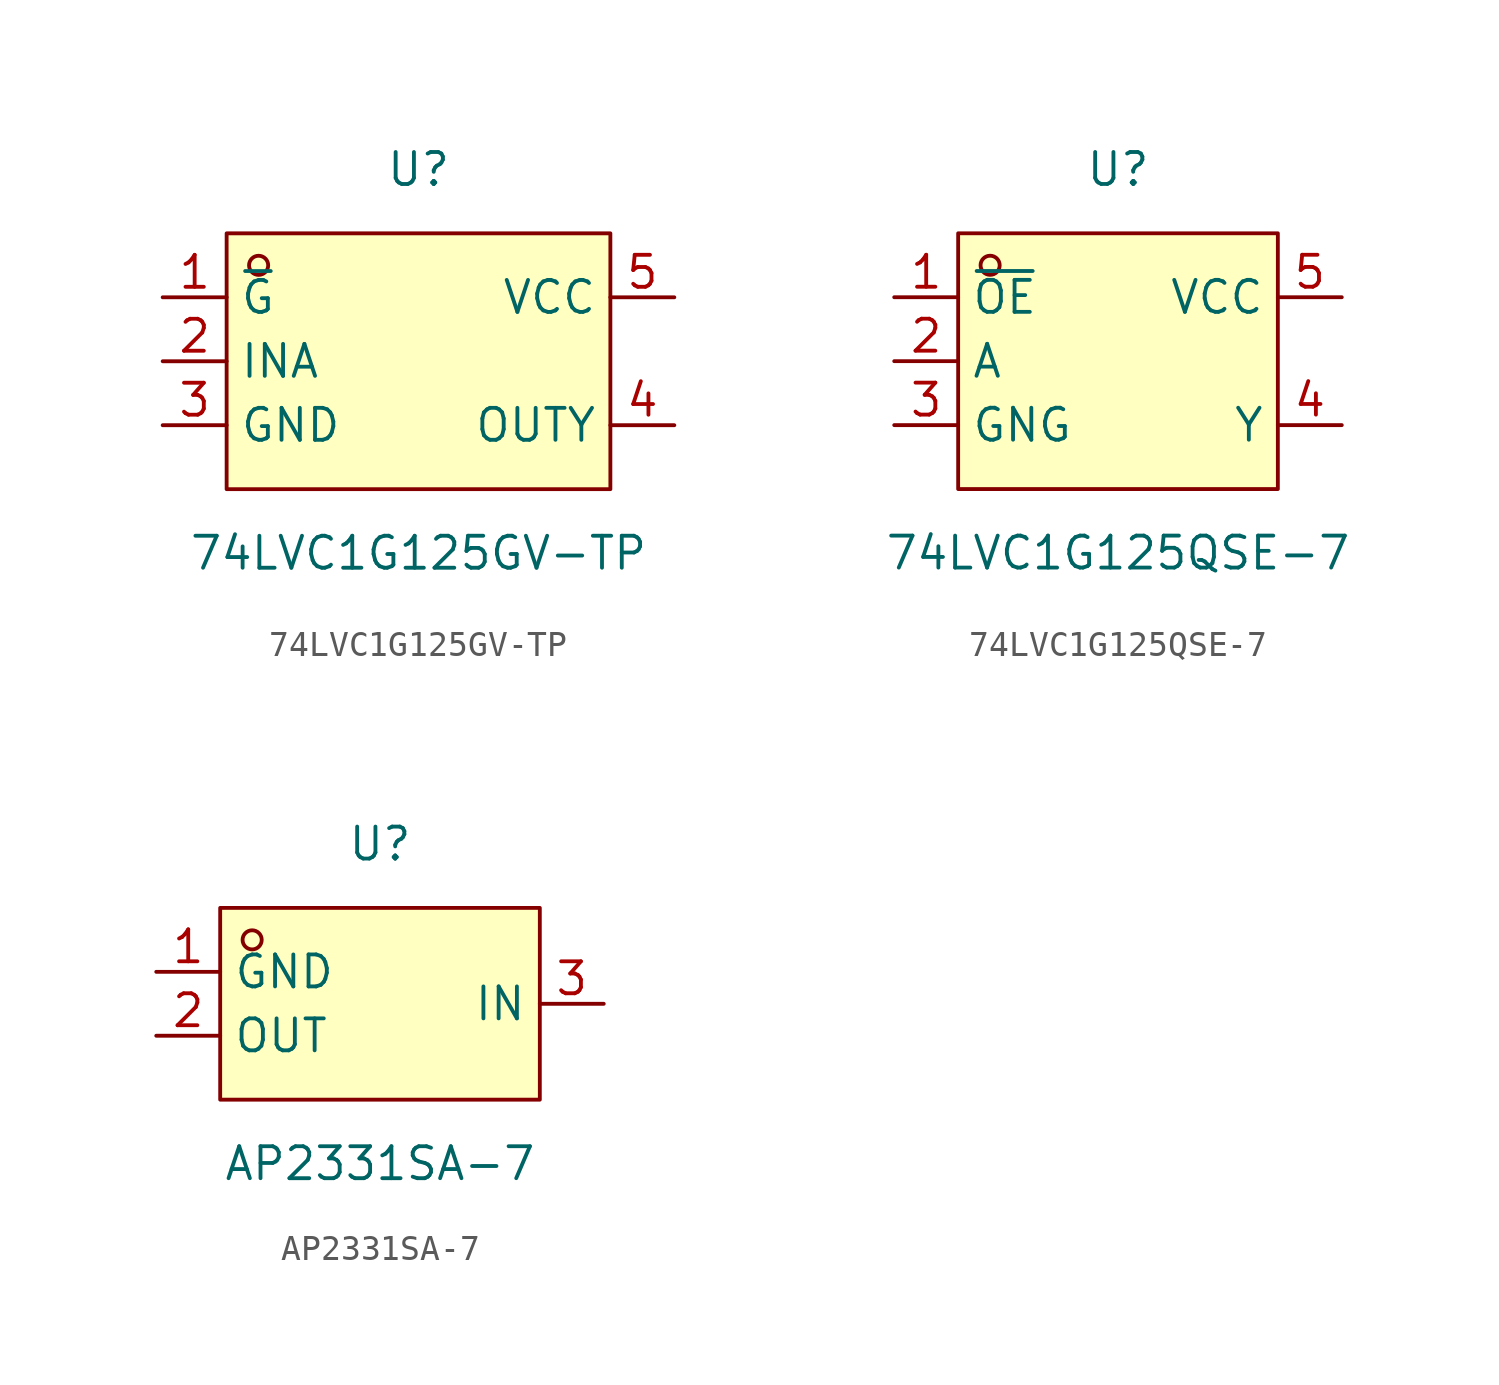
<source format=kicad_sym>
(kicad_symbol_lib
  (version 20211014)
  (generator https://github.com/uPesy/easyeda2kicad.py)
  (symbol "74LVC1G125GV-TP"
    (property "Reference" "U"
      (at 0 7.62 0)
      (effects (font (size 1.27 1.27))))
    (property "Value" "74LVC1G125GV-TP"
      (at 0 -7.62 0)
      (effects (font (size 1.27 1.27))))
    (symbol "74LVC1G125GV-TP_0_1"
      (rectangle (start -7.62 5.08) (end 7.62 -5.08) (stroke (width 0) (type default) (color 0 0 0 0)) (fill (type background)))
      (circle (center -6.35 3.81) (radius 0.38) (stroke (width 0) (type default) (color 0 0 0 0)) (fill (type none)))
      (pin unspecified line (at -10.16 2.54 0) (length 2.54) (name "~{G}" (effects (font (size 1.27 1.27)))) (number "1" (effects (font (size 1.27 1.27)))))
      (pin unspecified line (at -10.16 -0.00 0) (length 2.54) (name "INA" (effects (font (size 1.27 1.27)))) (number "2" (effects (font (size 1.27 1.27)))))
      (pin unspecified line (at -10.16 -2.54 0) (length 2.54) (name "GND" (effects (font (size 1.27 1.27)))) (number "3" (effects (font (size 1.27 1.27)))))
      (pin unspecified line (at 10.16 -2.54 180) (length 2.54) (name "OUTY" (effects (font (size 1.27 1.27)))) (number "4" (effects (font (size 1.27 1.27)))))
      (pin unspecified line (at 10.16 2.54 180) (length 2.54) (name "VCC" (effects (font (size 1.27 1.27)))) (number "5" (effects (font (size 1.27 1.27)))))))
  (symbol "74LVC1G125QSE-7"
    (property "Reference" "U"
      (at 0 7.62 0)
      (effects (font (size 1.27 1.27))))
    (property "Value" "74LVC1G125QSE-7"
      (at 0 -7.62 0)
      (effects (font (size 1.27 1.27))))
    (symbol "74LVC1G125QSE-7_0_1"
      (rectangle (start -6.35 5.08) (end 6.35 -5.08) (stroke (width 0) (type default) (color 0 0 0 0)) (fill (type background)))
      (circle (center -5.08 3.81) (radius 0.38) (stroke (width 0) (type default) (color 0 0 0 0)) (fill (type none)))
      (pin unspecified line (at -8.89 2.54 0) (length 2.54) (name "~{OE}" (effects (font (size 1.27 1.27)))) (number "1" (effects (font (size 1.27 1.27)))))
      (pin unspecified line (at -8.89 -0.00 0) (length 2.54) (name "A" (effects (font (size 1.27 1.27)))) (number "2" (effects (font (size 1.27 1.27)))))
      (pin unspecified line (at -8.89 -2.54 0) (length 2.54) (name "GNG" (effects (font (size 1.27 1.27)))) (number "3" (effects (font (size 1.27 1.27)))))
      (pin unspecified line (at 8.89 -2.54 180) (length 2.54) (name "Y" (effects (font (size 1.27 1.27)))) (number "4" (effects (font (size 1.27 1.27)))))
      (pin unspecified line (at 8.89 2.54 180) (length 2.54) (name "VCC" (effects (font (size 1.27 1.27)))) (number "5" (effects (font (size 1.27 1.27)))))))
  (symbol "AP2331SA-7"
    (property "Reference" "U"
      (at 0 6.35 0)
      (effects (font (size 1.27 1.27))))
    (property "Value" "AP2331SA-7"
      (at 0 -6.35 0)
      (effects (font (size 1.27 1.27))))
    (symbol "AP2331SA-7_0_1"
      (rectangle (start -6.35 3.81) (end 6.35 -3.81) (stroke (width 0) (type default) (color 0 0 0 0)) (fill (type background)))
      (circle (center -5.08 2.54) (radius 0.38) (stroke (width 0) (type default) (color 0 0 0 0)) (fill (type none)))
      (pin unspecified line (at -8.89 1.27 0) (length 2.54) (name "GND" (effects (font (size 1.27 1.27)))) (number "1" (effects (font (size 1.27 1.27)))))
      (pin unspecified line (at -8.89 -1.27 0) (length 2.54) (name "OUT" (effects (font (size 1.27 1.27)))) (number "2" (effects (font (size 1.27 1.27)))))
      (pin unspecified line (at 8.89 -0.00 180) (length 2.54) (name "IN" (effects (font (size 1.27 1.27)))) (number "3" (effects (font (size 1.27 1.27))))))))
</source>
